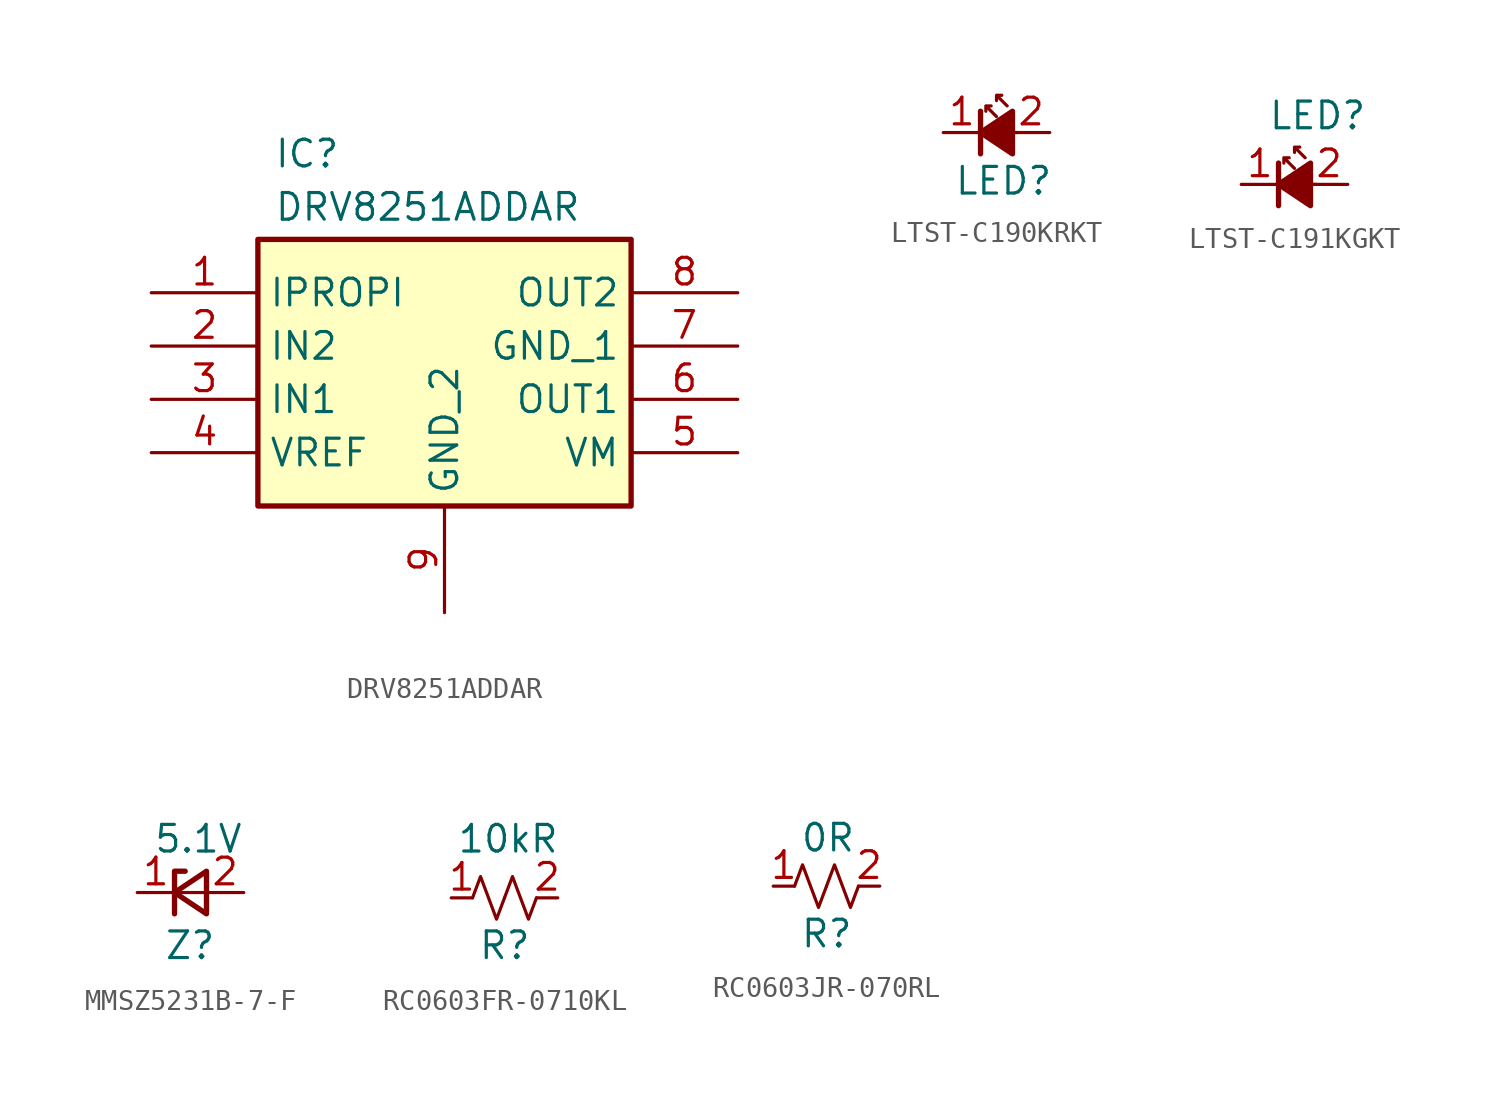
<source format=kicad_sym>
(kicad_symbol_lib
  (version 20241209)
  (generator "kicad_symbol_editor")
  (generator_version "9.0")
  (symbol "DRV8251ADDAR"
    (property "Reference" "IC"
      (at 5.842 7.366 0)
      (effects (font (size 1.27 1.27)) (justify left top)))
    (property "Value" "DRV8251ADDAR"
      (at 5.842 4.826 0)
      (effects (font (size 1.27 1.27)) (justify left top)))
    (symbol "DRV8251ADDAR_1_1"
      (rectangle (start 5.08 2.54) (end 22.86 -10.16) (stroke (width 0.254) (type default)) (fill (type background)))
      (pin passive line (at 0 0 0) (length 5.08) (name "IPROPI" (effects (font (size 1.27 1.27)))) (number "1" (effects (font (size 1.27 1.27)))))
      (pin passive line (at 0 -2.54 0) (length 5.08) (name "IN2" (effects (font (size 1.27 1.27)))) (number "2" (effects (font (size 1.27 1.27)))))
      (pin passive line (at 0 -5.08 0) (length 5.08) (name "IN1" (effects (font (size 1.27 1.27)))) (number "3" (effects (font (size 1.27 1.27)))))
      (pin passive line (at 0 -7.62 0) (length 5.08) (name "VREF" (effects (font (size 1.27 1.27)))) (number "4" (effects (font (size 1.27 1.27)))))
      (pin passive line (at 13.97 -15.24 90) (length 5.08) (name "GND_2" (effects (font (size 1.27 1.27)))) (number "9" (effects (font (size 1.27 1.27)))))
      (pin passive line (at 27.94 0 180) (length 5.08) (name "OUT2" (effects (font (size 1.27 1.27)))) (number "8" (effects (font (size 1.27 1.27)))))
      (pin passive line (at 27.94 -2.54 180) (length 5.08) (name "GND_1" (effects (font (size 1.27 1.27)))) (number "7" (effects (font (size 1.27 1.27)))))
      (pin passive line (at 27.94 -5.08 180) (length 5.08) (name "OUT1" (effects (font (size 1.27 1.27)))) (number "6" (effects (font (size 1.27 1.27)))))
      (pin passive line (at 27.94 -7.62 180) (length 5.08) (name "VM" (effects (font (size 1.27 1.27)))) (number "5" (effects (font (size 1.27 1.27)))))))
  (symbol "LTST-C190KRKT"
    (pin_names
      (hide yes))
    (property "Reference" "LED"
      (at 0.508 -3.048 0)
      (effects (font (size 1.27 1.27)) (justify left bottom)))
    (symbol "LTST-C190KRKT_0_1"
      (polyline (pts (xy 1.778 -1.016) (xy 1.778 1.016)) (stroke (width 0.254) (type default)) (fill (type none)))
      (polyline (pts (xy 2.54 0.762) (xy 2.032 1.27) (xy 2.286 1.27) (xy 2.032 1.27) (xy 2.032 1.016)) (stroke (width 0) (type default)) (fill (type none)))
      (polyline (pts (xy 3.048 1.27) (xy 2.54 1.778) (xy 2.794 1.778) (xy 2.54 1.778) (xy 2.54 1.524)) (stroke (width 0) (type default)) (fill (type none)))
      (polyline (pts (xy 3.302 -1.016) (xy 1.778 0) (xy 3.302 1.016) (xy 3.302 -1.016)) (stroke (width 0.254) (type default)) (fill (type outline)))
      (polyline (pts (xy 3.556 0) (xy 1.778 0)) (stroke (width 0) (type default)) (fill (type none))))
    (symbol "LTST-C190KRKT_1_1"
      (pin passive line (at 0 0 0) (length 1.778) (name "K" (effects (font (size 1.27 1.27)))) (number "1" (effects (font (size 1.27 1.27)))))
      (pin passive line (at 5.08 0 180) (length 1.778) (name "A" (effects (font (size 1.27 1.27)))) (number "2" (effects (font (size 1.27 1.27)))))))
  (symbol "LTST-C191KGKT"
    (pin_names
      (hide yes))
    (property "Reference" "LED"
      (at 1.27 2.54 0)
      (effects (font (size 1.27 1.27)) (justify left bottom)))
    (symbol "LTST-C191KGKT_0_1"
      (polyline (pts (xy 1.778 -1.016) (xy 1.778 1.016)) (stroke (width 0.254) (type default)) (fill (type none)))
      (polyline (pts (xy 2.54 0.762) (xy 2.032 1.27) (xy 2.286 1.27) (xy 2.032 1.27) (xy 2.032 1.016)) (stroke (width 0) (type default)) (fill (type none)))
      (polyline (pts (xy 3.048 1.27) (xy 2.54 1.778) (xy 2.794 1.778) (xy 2.54 1.778) (xy 2.54 1.524)) (stroke (width 0) (type default)) (fill (type none)))
      (polyline (pts (xy 3.302 -1.016) (xy 1.778 0) (xy 3.302 1.016) (xy 3.302 -1.016)) (stroke (width 0.254) (type default)) (fill (type outline)))
      (polyline (pts (xy 3.556 0) (xy 1.778 0)) (stroke (width 0) (type default)) (fill (type none))))
    (symbol "LTST-C191KGKT_1_1"
      (pin passive line (at 0 0 0) (length 1.778) (name "K" (effects (font (size 1.27 1.27)))) (number "1" (effects (font (size 1.27 1.27)))))
      (pin passive line (at 5.08 0 180) (length 1.778) (name "A" (effects (font (size 1.27 1.27)))) (number "2" (effects (font (size 1.27 1.27)))))))
  (symbol "MMSZ5231B-7-F"
    (pin_names
      (hide yes))
    (property "Reference" "Z"
      (at 1.27 -1.778 0)
      (effects (font (size 1.27 1.27)) (justify left top)))
    (property "Value" "5.1V"
      (at 0.762 3.302 0)
      (effects (font (size 1.27 1.27)) (justify left top)))
    (symbol "MMSZ5231B-7-F_0_1"
      (polyline (pts (xy 2.286 1.016) (xy 1.778 1.016) (xy 1.778 -1.016)) (stroke (width 0.254) (type default)) (fill (type none)))
      (polyline (pts (xy 3.302 1.016) (xy 1.778 0) (xy 3.302 -1.016) (xy 3.302 1.016)) (stroke (width 0.254) (type default)) (fill (type none)))
      (polyline (pts (xy 3.302 0) (xy 1.778 0)) (stroke (width 0) (type default)) (fill (type none))))
    (symbol "MMSZ5231B-7-F_1_1"
      (pin passive line (at 0 0 0) (length 1.778) (name "K" (effects (font (size 1.27 1.27)))) (number "1" (effects (font (size 1.27 1.27)))))
      (pin passive line (at 5.08 0 180) (length 1.778) (name "A" (effects (font (size 1.27 1.27)))) (number "2" (effects (font (size 1.27 1.27)))))))
  (symbol "RC0603FR-0710KL"
    (pin_names
      (hide yes))
    (property "Reference" "R"
      (at 1.27 -1.524 0)
      (effects (font (size 1.27 1.27)) (justify left top)))
    (property "Value" "10kR"
      (at 0.254 3.556 0)
      (effects (font (size 1.27 1.27)) (justify left top)))
    (symbol "RC0603FR-0710KL_1_1"
      (polyline (pts (xy 1.016 0) (xy 1.397 1.016) (xy 1.778 0) (xy 2.159 -1.016) (xy 2.54 0)) (stroke (width 0) (type default)) (fill (type none)))
      (polyline (pts (xy 2.54 0) (xy 2.921 1.016) (xy 3.302 0) (xy 3.683 -1.016) (xy 4.064 0)) (stroke (width 0) (type default)) (fill (type none)))
      (pin passive line (at 0 0 0) (length 1.016) (name "~" (effects (font (size 1.27 1.27)))) (number "1" (effects (font (size 1.27 1.27)))))
      (pin passive line (at 5.08 0 180) (length 1.016) (name "~" (effects (font (size 1.27 1.27)))) (number "2" (effects (font (size 1.27 1.27)))))))
  (symbol "RC0603JR-070RL"
    (pin_names
      (hide yes))
    (property "Reference" "R"
      (at 1.27 -1.524 0)
      (effects (font (size 1.27 1.27)) (justify left top)))
    (property "Value" "0R"
      (at 1.27 3.048 0)
      (effects (font (size 1.27 1.27)) (justify left top)))
    (symbol "RC0603JR-070RL_1_1"
      (polyline (pts (xy 1.016 0) (xy 1.397 1.016) (xy 1.778 0) (xy 2.159 -1.016) (xy 2.54 0)) (stroke (width 0) (type default)) (fill (type none)))
      (polyline (pts (xy 2.54 0) (xy 2.921 1.016) (xy 3.302 0) (xy 3.683 -1.016) (xy 4.064 0)) (stroke (width 0) (type default)) (fill (type none)))
      (pin passive line (at 0 0 0) (length 1.016) (name "~" (effects (font (size 1.27 1.27)))) (number "1" (effects (font (size 1.27 1.27)))))
      (pin passive line (at 5.08 0 180) (length 1.016) (name "~" (effects (font (size 1.27 1.27)))) (number "2" (effects (font (size 1.27 1.27))))))))
</source>
